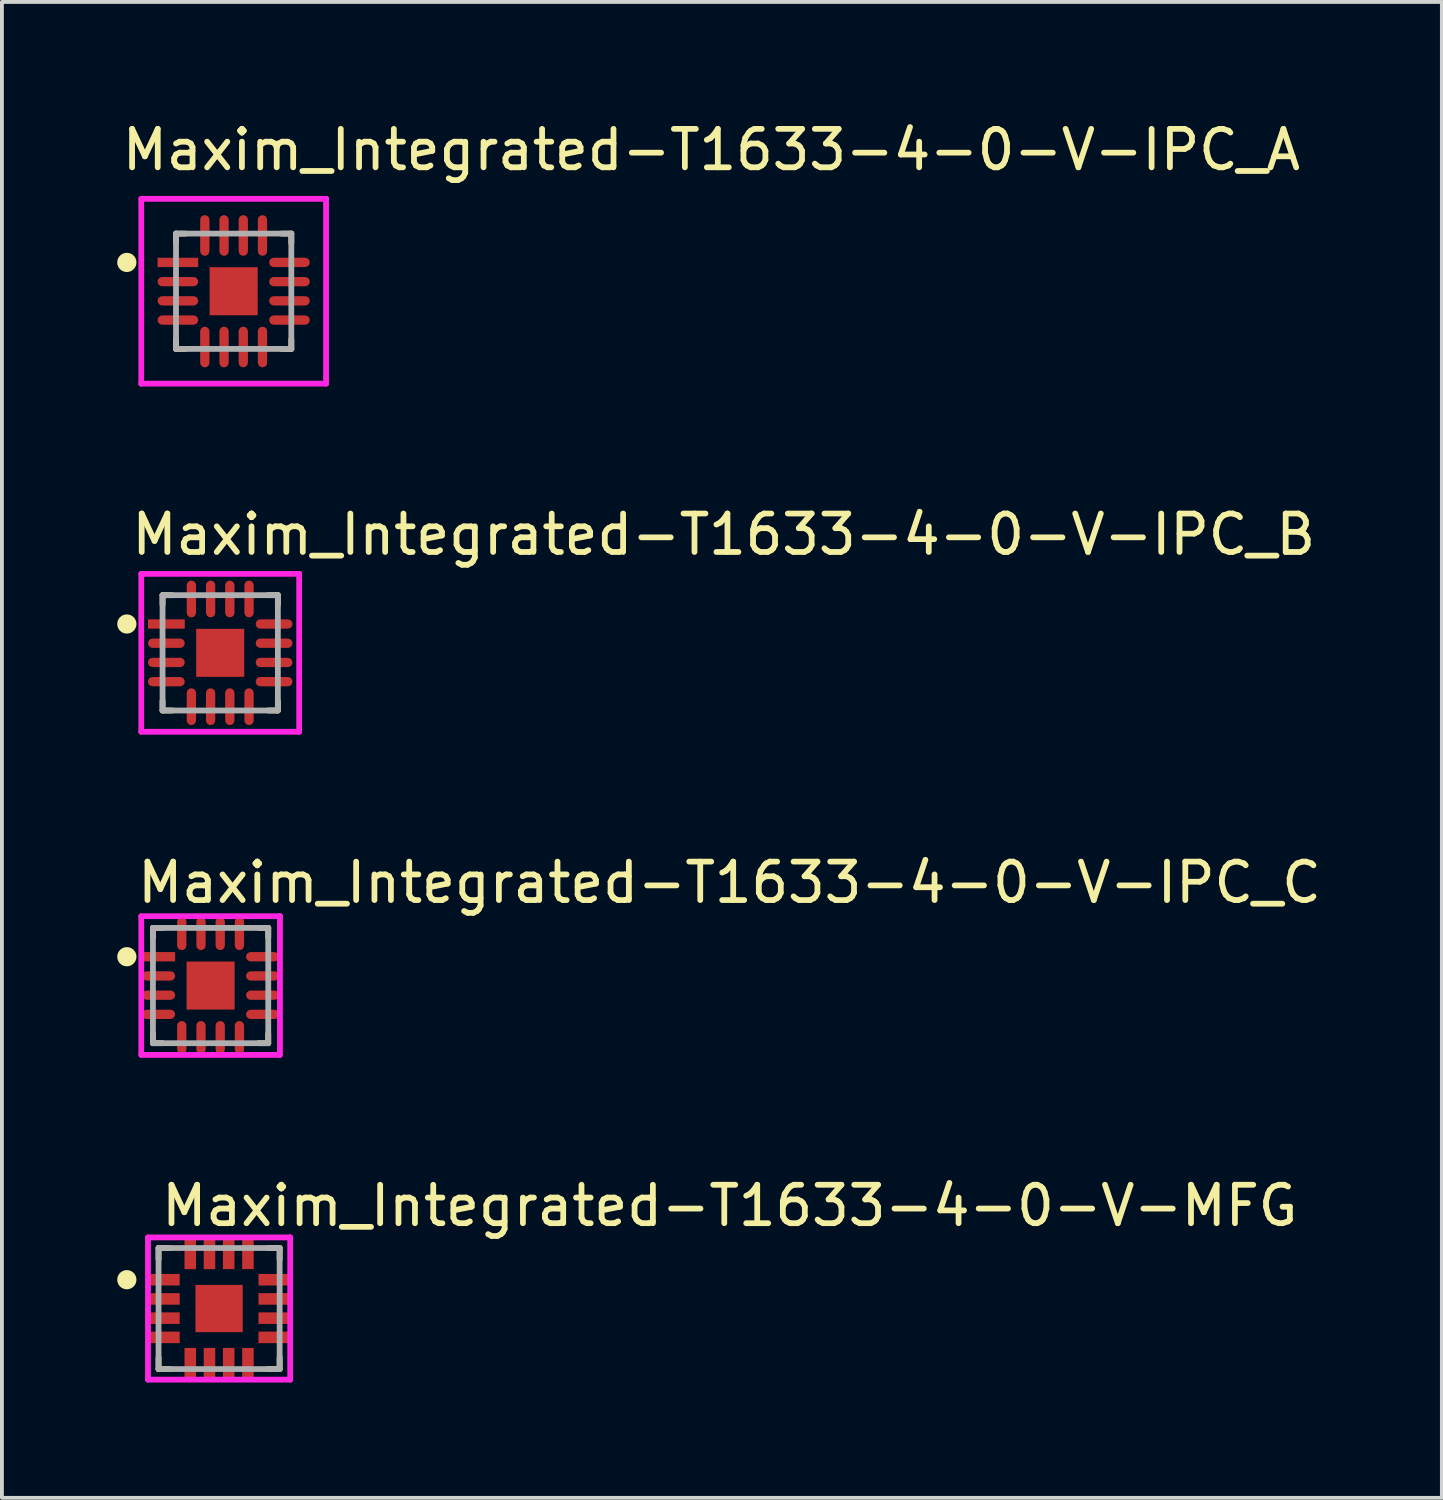
<source format=kicad_pcb>
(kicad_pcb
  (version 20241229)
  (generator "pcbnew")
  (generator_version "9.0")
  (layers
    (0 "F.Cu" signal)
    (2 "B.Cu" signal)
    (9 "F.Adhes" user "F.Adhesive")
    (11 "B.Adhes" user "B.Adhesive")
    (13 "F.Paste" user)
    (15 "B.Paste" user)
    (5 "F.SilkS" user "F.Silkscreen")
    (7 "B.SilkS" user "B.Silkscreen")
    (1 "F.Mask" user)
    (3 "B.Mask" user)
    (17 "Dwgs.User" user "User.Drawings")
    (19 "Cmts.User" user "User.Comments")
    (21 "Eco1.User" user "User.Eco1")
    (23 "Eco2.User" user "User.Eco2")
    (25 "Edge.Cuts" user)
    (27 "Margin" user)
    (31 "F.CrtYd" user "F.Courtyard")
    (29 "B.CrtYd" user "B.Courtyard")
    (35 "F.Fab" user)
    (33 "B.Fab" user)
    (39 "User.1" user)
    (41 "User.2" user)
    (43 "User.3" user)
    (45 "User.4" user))
  (footprint "Maxim_Integrated-T1633-4-0-V-IPC_C"
    (layer "F.Cu")
    (at 2.429 22.59)
    (property "Reference" "Maxim_Integrated-T1633-4-0-V-IPC_C" (at -1.979 -2.679 0) (layer "F.SilkS") (effects (font (size 1 1) (thickness 0.15)) (justify left)))
    (attr through_hole)
    (fp_line (start -1.5 -1.5) (end -1.5 -1.25) (stroke (width 0.15) (type solid)) (layer "F.SilkS"))
    (fp_line (start -1.5 1.5) (end -1.5 1.25) (stroke (width 0.15) (type solid)) (layer "F.SilkS"))
    (fp_line (start -1.25 -1.5) (end -1.5 -1.5) (stroke (width 0.15) (type solid)) (layer "F.SilkS"))
    (fp_line (start -1.25 1.5) (end -1.5 1.5) (stroke (width 0.15) (type solid)) (layer "F.SilkS"))
    (fp_line (start 1.25 -1.5) (end 1.5 -1.5) (stroke (width 0.15) (type solid)) (layer "F.SilkS"))
    (fp_line (start 1.25 1.5) (end 1.5 1.5) (stroke (width 0.15) (type solid)) (layer "F.SilkS"))
    (fp_line (start 1.5 -1.5) (end 1.5 -1.25) (stroke (width 0.15) (type solid)) (layer "F.SilkS"))
    (fp_line (start 1.5 1.5) (end 1.5 1.25) (stroke (width 0.15) (type solid)) (layer "F.SilkS"))
    (fp_circle (center -2.179 -0.75) (end -2.054 -0.75) (stroke (width 0.25) (type solid)) (fill no) (layer "F.SilkS"))
    (fp_poly (pts (xy -0.395 -0.395) (xy 0.395 -0.395) (xy 0.395 0.395) (xy -0.395 0.395)) (stroke (width 0) (type solid)) (fill yes) (layer "F.Paste"))
    (fp_line (start -1.804 -1.804) (end -1.804 1.804) (stroke (width 0.15) (type solid)) (layer "F.CrtYd"))
    (fp_line (start -1.804 1.804) (end 1.804 1.804) (stroke (width 0.15) (type solid)) (layer "F.CrtYd"))
    (fp_line (start 1.804 -1.804) (end -1.804 -1.804) (stroke (width 0.15) (type solid)) (layer "F.CrtYd"))
    (fp_line (start 1.804 -1.804) (end 1.804 -1.804) (stroke (width 0.15) (type solid)) (layer "F.CrtYd"))
    (fp_line (start 1.804 1.804) (end 1.804 -1.804) (stroke (width 0.15) (type solid)) (layer "F.CrtYd"))
    (fp_line (start -1.5 -1.5) (end 1.5 -1.5) (stroke (width 0.15) (type solid)) (layer "F.Fab"))
    (fp_line (start -1.5 1.5) (end -1.5 -1.5) (stroke (width 0.15) (type solid)) (layer "F.Fab"))
    (fp_line (start 1.5 -1.5) (end 1.5 1.5) (stroke (width 0.15) (type solid)) (layer "F.Fab"))
    (fp_line (start 1.5 1.5) (end -1.5 1.5) (stroke (width 0.15) (type solid)) (layer "F.Fab"))
    (pad "1" smd rect (at -1.351 -0.75) (size 0.857 0.242) (layers "F.Cu" "F.Mask" "F.Paste"))
    (pad "2" smd roundrect (at -1.351 -0.25) (size 0.857 0.242) (layers "F.Cu" "F.Mask" "F.Paste") (roundrect_rratio 0.5))
    (pad "3" smd roundrect (at -1.351 0.25) (size 0.857 0.242) (layers "F.Cu" "F.Mask" "F.Paste") (roundrect_rratio 0.5))
    (pad "4" smd roundrect (at -1.351 0.75) (size 0.857 0.242) (layers "F.Cu" "F.Mask" "F.Paste") (roundrect_rratio 0.5))
    (pad "5" smd roundrect (at -0.75 1.351) (size 0.242 0.857) (layers "F.Cu" "F.Mask" "F.Paste") (roundrect_rratio 0.5))
    (pad "6" smd roundrect (at -0.25 1.351) (size 0.242 0.857) (layers "F.Cu" "F.Mask" "F.Paste") (roundrect_rratio 0.5))
    (pad "7" smd roundrect (at 0.25 1.351) (size 0.242 0.857) (layers "F.Cu" "F.Mask" "F.Paste") (roundrect_rratio 0.5))
    (pad "8" smd roundrect (at 0.75 1.351) (size 0.242 0.857) (layers "F.Cu" "F.Mask" "F.Paste") (roundrect_rratio 0.5))
    (pad "9" smd roundrect (at 1.351 0.75) (size 0.857 0.242) (layers "F.Cu" "F.Mask" "F.Paste") (roundrect_rratio 0.5))
    (pad "10" smd roundrect (at 1.351 0.25) (size 0.857 0.242) (layers "F.Cu" "F.Mask" "F.Paste") (roundrect_rratio 0.5))
    (pad "11" smd roundrect (at 1.351 -0.25) (size 0.857 0.242) (layers "F.Cu" "F.Mask" "F.Paste") (roundrect_rratio 0.5))
    (pad "12" smd roundrect (at 1.351 -0.75) (size 0.857 0.242) (layers "F.Cu" "F.Mask" "F.Paste") (roundrect_rratio 0.5))
    (pad "13" smd roundrect (at 0.75 -1.351) (size 0.242 0.857) (layers "F.Cu" "F.Mask" "F.Paste") (roundrect_rratio 0.5))
    (pad "14" smd roundrect (at 0.25 -1.351) (size 0.242 0.857) (layers "F.Cu" "F.Mask" "F.Paste") (roundrect_rratio 0.5))
    (pad "15" smd roundrect (at -0.25 -1.351) (size 0.242 0.857) (layers "F.Cu" "F.Mask" "F.Paste") (roundrect_rratio 0.5))
    (pad "16" smd roundrect (at -0.75 -1.351) (size 0.242 0.857) (layers "F.Cu" "F.Mask" "F.Paste") (roundrect_rratio 0.5))
    (pad "17" smd rect (at 0 0) (size 1.25 1.25) (layers "F.Cu" "F.Mask")))
  (footprint "Maxim_Integrated-T1633-4-0-V-MFG"
    (layer "F.Cu")
    (at 2.65 30.993)
    (property "Reference" "Maxim_Integrated-T1633-4-0-V-MFG" (at -1.575 -2.675 0) (layer "F.SilkS") (effects (font (size 1 1) (thickness 0.15)) (justify left)))
    (attr through_hole)
    (fp_line (start -1.575 -1.575) (end -1.275 -1.575) (stroke (width 0.15) (type solid)) (layer "F.SilkS"))
    (fp_line (start -1.575 -1.275) (end -1.575 -1.575) (stroke (width 0.15) (type solid)) (layer "F.SilkS"))
    (fp_line (start -1.575 1.575) (end -1.575 1.275) (stroke (width 0.15) (type solid)) (layer "F.SilkS"))
    (fp_line (start -1.575 1.575) (end -1.275 1.575) (stroke (width 0.15) (type solid)) (layer "F.SilkS"))
    (fp_line (start 1.275 -1.575) (end 1.575 -1.575) (stroke (width 0.15) (type solid)) (layer "F.SilkS"))
    (fp_line (start 1.275 1.575) (end 1.575 1.575) (stroke (width 0.15) (type solid)) (layer "F.SilkS"))
    (fp_line (start 1.575 -1.275) (end 1.575 -1.575) (stroke (width 0.15) (type solid)) (layer "F.SilkS"))
    (fp_line (start 1.575 1.575) (end 1.575 1.275) (stroke (width 0.15) (type solid)) (layer "F.SilkS"))
    (fp_circle (center -2.4 -0.75) (end -2.275 -0.75) (stroke (width 0.25) (type solid)) (fill no) (layer "F.SilkS"))
    (fp_line (start -1.85 -1.85) (end -1.85 1.85) (stroke (width 0.15) (type solid)) (layer "F.CrtYd"))
    (fp_line (start -1.85 1.85) (end 1.85 1.85) (stroke (width 0.15) (type solid)) (layer "F.CrtYd"))
    (fp_line (start 1.85 -1.85) (end -1.85 -1.85) (stroke (width 0.15) (type solid)) (layer "F.CrtYd"))
    (fp_line (start 1.85 -1.85) (end 1.85 -1.85) (stroke (width 0.15) (type solid)) (layer "F.CrtYd"))
    (fp_line (start 1.85 1.85) (end 1.85 -1.85) (stroke (width 0.15) (type solid)) (layer "F.CrtYd"))
    (fp_line (start -1.575 -1.575) (end 1.575 -1.575) (stroke (width 0.15) (type solid)) (layer "F.Fab"))
    (fp_line (start -1.575 1.575) (end -1.575 -1.575) (stroke (width 0.15) (type solid)) (layer "F.Fab"))
    (fp_line (start 1.575 -1.575) (end 1.575 1.575) (stroke (width 0.15) (type solid)) (layer "F.Fab"))
    (fp_line (start 1.575 1.575) (end -1.575 1.575) (stroke (width 0.15) (type solid)) (layer "F.Fab"))
    (pad "1" smd rect (at -1.425 -0.75) (size 0.8 0.3) (layers "F.Cu" "F.Mask" "F.Paste"))
    (pad "2" smd rect (at -1.425 -0.25) (size 0.8 0.3) (layers "F.Cu" "F.Mask" "F.Paste"))
    (pad "3" smd rect (at -1.425 0.25) (size 0.8 0.3) (layers "F.Cu" "F.Mask" "F.Paste"))
    (pad "4" smd rect (at -1.425 0.75) (size 0.8 0.3) (layers "F.Cu" "F.Mask" "F.Paste"))
    (pad "5" smd rect (at -0.75 1.425) (size 0.3 0.8) (layers "F.Cu" "F.Mask" "F.Paste"))
    (pad "6" smd rect (at -0.25 1.425) (size 0.3 0.8) (layers "F.Cu" "F.Mask" "F.Paste"))
    (pad "7" smd rect (at 0.25 1.425) (size 0.3 0.8) (layers "F.Cu" "F.Mask" "F.Paste"))
    (pad "8" smd rect (at 0.75 1.425) (size 0.3 0.8) (layers "F.Cu" "F.Mask" "F.Paste"))
    (pad "9" smd rect (at 1.425 0.75) (size 0.8 0.3) (layers "F.Cu" "F.Mask" "F.Paste"))
    (pad "10" smd rect (at 1.425 0.25) (size 0.8 0.3) (layers "F.Cu" "F.Mask" "F.Paste"))
    (pad "11" smd rect (at 1.425 -0.25) (size 0.8 0.3) (layers "F.Cu" "F.Mask" "F.Paste"))
    (pad "12" smd rect (at 1.425 -0.75) (size 0.8 0.3) (layers "F.Cu" "F.Mask" "F.Paste"))
    (pad "13" smd rect (at 0.75 -1.425) (size 0.3 0.8) (layers "F.Cu" "F.Mask" "F.Paste"))
    (pad "14" smd rect (at 0.25 -1.425) (size 0.3 0.8) (layers "F.Cu" "F.Mask" "F.Paste"))
    (pad "15" smd rect (at -0.25 -1.425) (size 0.3 0.8) (layers "F.Cu" "F.Mask" "F.Paste"))
    (pad "16" smd rect (at -0.75 -1.425) (size 0.3 0.8) (layers "F.Cu" "F.Mask" "F.Paste"))
    (pad "17" smd rect (at 0 0) (size 1.23 1.23) (layers "F.Cu" "F.Mask" "F.Paste")))
  (footprint "Maxim_Integrated-T1633-4-0-V-IPC_B"
    (layer "F.Cu")
    (at 2.679 13.934)
    (property "Reference" "Maxim_Integrated-T1633-4-0-V-IPC_B" (at -2.379 -3.079 0) (layer "F.SilkS") (effects (font (size 1 1) (thickness 0.15)) (justify left)))
    (attr through_hole)
    (fp_line (start -1.5 -1.5) (end -1.5 -1.25) (stroke (width 0.15) (type solid)) (layer "F.SilkS"))
    (fp_line (start -1.5 1.5) (end -1.5 1.25) (stroke (width 0.15) (type solid)) (layer "F.SilkS"))
    (fp_line (start -1.25 -1.5) (end -1.5 -1.5) (stroke (width 0.15) (type solid)) (layer "F.SilkS"))
    (fp_line (start -1.25 1.5) (end -1.5 1.5) (stroke (width 0.15) (type solid)) (layer "F.SilkS"))
    (fp_line (start 1.25 -1.5) (end 1.5 -1.5) (stroke (width 0.15) (type solid)) (layer "F.SilkS"))
    (fp_line (start 1.25 1.5) (end 1.5 1.5) (stroke (width 0.15) (type solid)) (layer "F.SilkS"))
    (fp_line (start 1.5 -1.5) (end 1.5 -1.25) (stroke (width 0.15) (type solid)) (layer "F.SilkS"))
    (fp_line (start 1.5 1.5) (end 1.5 1.25) (stroke (width 0.15) (type solid)) (layer "F.SilkS"))
    (fp_circle (center -2.429 -0.75) (end -2.304 -0.75) (stroke (width 0.25) (type solid)) (fill no) (layer "F.SilkS"))
    (fp_poly (pts (xy -0.395 -0.395) (xy 0.395 -0.395) (xy 0.395 0.395) (xy -0.395 0.395)) (stroke (width 0) (type solid)) (fill yes) (layer "F.Paste"))
    (fp_line (start -2.054 -2.054) (end -2.054 2.054) (stroke (width 0.15) (type solid)) (layer "F.CrtYd"))
    (fp_line (start -2.054 2.054) (end 2.054 2.054) (stroke (width 0.15) (type solid)) (layer "F.CrtYd"))
    (fp_line (start 2.054 -2.054) (end -2.054 -2.054) (stroke (width 0.15) (type solid)) (layer "F.CrtYd"))
    (fp_line (start 2.054 -2.054) (end 2.054 -2.054) (stroke (width 0.15) (type solid)) (layer "F.CrtYd"))
    (fp_line (start 2.054 2.054) (end 2.054 -2.054) (stroke (width 0.15) (type solid)) (layer "F.CrtYd"))
    (fp_line (start -1.5 -1.5) (end 1.5 -1.5) (stroke (width 0.15) (type solid)) (layer "F.Fab"))
    (fp_line (start -1.5 1.5) (end -1.5 -1.5) (stroke (width 0.15) (type solid)) (layer "F.Fab"))
    (fp_line (start 1.5 -1.5) (end 1.5 1.5) (stroke (width 0.15) (type solid)) (layer "F.Fab"))
    (fp_line (start 1.5 1.5) (end -1.5 1.5) (stroke (width 0.15) (type solid)) (layer "F.Fab"))
    (pad "1" smd rect (at -1.401 -0.75) (size 0.957 0.242) (layers "F.Cu" "F.Mask" "F.Paste"))
    (pad "2" smd roundrect (at -1.401 -0.25) (size 0.957 0.242) (layers "F.Cu" "F.Mask" "F.Paste") (roundrect_rratio 0.5))
    (pad "3" smd roundrect (at -1.401 0.25) (size 0.957 0.242) (layers "F.Cu" "F.Mask" "F.Paste") (roundrect_rratio 0.5))
    (pad "4" smd roundrect (at -1.401 0.75) (size 0.957 0.242) (layers "F.Cu" "F.Mask" "F.Paste") (roundrect_rratio 0.5))
    (pad "5" smd roundrect (at -0.75 1.401) (size 0.242 0.957) (layers "F.Cu" "F.Mask" "F.Paste") (roundrect_rratio 0.5))
    (pad "6" smd roundrect (at -0.25 1.401) (size 0.242 0.957) (layers "F.Cu" "F.Mask" "F.Paste") (roundrect_rratio 0.5))
    (pad "7" smd roundrect (at 0.25 1.401) (size 0.242 0.957) (layers "F.Cu" "F.Mask" "F.Paste") (roundrect_rratio 0.5))
    (pad "8" smd roundrect (at 0.75 1.401) (size 0.242 0.957) (layers "F.Cu" "F.Mask" "F.Paste") (roundrect_rratio 0.5))
    (pad "9" smd roundrect (at 1.401 0.75) (size 0.957 0.242) (layers "F.Cu" "F.Mask" "F.Paste") (roundrect_rratio 0.5))
    (pad "10" smd roundrect (at 1.401 0.25) (size 0.957 0.242) (layers "F.Cu" "F.Mask" "F.Paste") (roundrect_rratio 0.5))
    (pad "11" smd roundrect (at 1.401 -0.25) (size 0.957 0.242) (layers "F.Cu" "F.Mask" "F.Paste") (roundrect_rratio 0.5))
    (pad "12" smd roundrect (at 1.401 -0.75) (size 0.957 0.242) (layers "F.Cu" "F.Mask" "F.Paste") (roundrect_rratio 0.5))
    (pad "13" smd roundrect (at 0.75 -1.401) (size 0.242 0.957) (layers "F.Cu" "F.Mask" "F.Paste") (roundrect_rratio 0.5))
    (pad "14" smd roundrect (at 0.25 -1.401) (size 0.242 0.957) (layers "F.Cu" "F.Mask" "F.Paste") (roundrect_rratio 0.5))
    (pad "15" smd roundrect (at -0.25 -1.401) (size 0.242 0.957) (layers "F.Cu" "F.Mask" "F.Paste") (roundrect_rratio 0.5))
    (pad "16" smd roundrect (at -0.75 -1.401) (size 0.242 0.957) (layers "F.Cu" "F.Mask" "F.Paste") (roundrect_rratio 0.5))
    (pad "17" smd rect (at 0 0) (size 1.25 1.25) (layers "F.Cu" "F.Mask")))
  (footprint "Maxim_Integrated-T1633-4-0-V-IPC_A"
    (layer "F.Cu")
    (at 3.029 4.527)
    (property "Reference" "Maxim_Integrated-T1633-4-0-V-IPC_A" (at -2.979 -3.679 0) (layer "F.SilkS") (effects (font (size 1 1) (thickness 0.15)) (justify left)))
    (attr through_hole)
    (fp_line (start -1.5 -1.5) (end -1.5 -1.25) (stroke (width 0.15) (type solid)) (layer "F.SilkS"))
    (fp_line (start -1.5 1.5) (end -1.5 1.25) (stroke (width 0.15) (type solid)) (layer "F.SilkS"))
    (fp_line (start -1.25 -1.5) (end -1.5 -1.5) (stroke (width 0.15) (type solid)) (layer "F.SilkS"))
    (fp_line (start -1.25 1.5) (end -1.5 1.5) (stroke (width 0.15) (type solid)) (layer "F.SilkS"))
    (fp_line (start 1.25 -1.5) (end 1.5 -1.5) (stroke (width 0.15) (type solid)) (layer "F.SilkS"))
    (fp_line (start 1.25 1.5) (end 1.5 1.5) (stroke (width 0.15) (type solid)) (layer "F.SilkS"))
    (fp_line (start 1.5 -1.5) (end 1.5 -1.25) (stroke (width 0.15) (type solid)) (layer "F.SilkS"))
    (fp_line (start 1.5 1.5) (end 1.5 1.25) (stroke (width 0.15) (type solid)) (layer "F.SilkS"))
    (fp_circle (center -2.779 -0.75) (end -2.654 -0.75) (stroke (width 0.25) (type solid)) (fill no) (layer "F.SilkS"))
    (fp_poly (pts (xy -0.395 -0.395) (xy 0.395 -0.395) (xy 0.395 0.395) (xy -0.395 0.395)) (stroke (width 0) (type solid)) (fill yes) (layer "F.Paste"))
    (fp_line (start -2.404 -2.404) (end -2.404 2.404) (stroke (width 0.15) (type solid)) (layer "F.CrtYd"))
    (fp_line (start -2.404 2.404) (end 2.404 2.404) (stroke (width 0.15) (type solid)) (layer "F.CrtYd"))
    (fp_line (start 2.404 -2.404) (end -2.404 -2.404) (stroke (width 0.15) (type solid)) (layer "F.CrtYd"))
    (fp_line (start 2.404 -2.404) (end 2.404 -2.404) (stroke (width 0.15) (type solid)) (layer "F.CrtYd"))
    (fp_line (start 2.404 2.404) (end 2.404 -2.404) (stroke (width 0.15) (type solid)) (layer "F.CrtYd"))
    (fp_line (start -1.5 -1.5) (end 1.5 -1.5) (stroke (width 0.15) (type solid)) (layer "F.Fab"))
    (fp_line (start -1.5 1.5) (end -1.5 -1.5) (stroke (width 0.15) (type solid)) (layer "F.Fab"))
    (fp_line (start 1.5 -1.5) (end 1.5 1.5) (stroke (width 0.15) (type solid)) (layer "F.Fab"))
    (fp_line (start 1.5 1.5) (end -1.5 1.5) (stroke (width 0.15) (type solid)) (layer "F.Fab"))
    (pad "1" smd rect (at -1.451 -0.75) (size 1.057 0.242) (layers "F.Cu" "F.Mask" "F.Paste"))
    (pad "2" smd roundrect (at -1.451 -0.25) (size 1.057 0.242) (layers "F.Cu" "F.Mask" "F.Paste") (roundrect_rratio 0.5))
    (pad "3" smd roundrect (at -1.451 0.25) (size 1.057 0.242) (layers "F.Cu" "F.Mask" "F.Paste") (roundrect_rratio 0.5))
    (pad "4" smd roundrect (at -1.451 0.75) (size 1.057 0.242) (layers "F.Cu" "F.Mask" "F.Paste") (roundrect_rratio 0.5))
    (pad "5" smd roundrect (at -0.75 1.451) (size 0.242 1.057) (layers "F.Cu" "F.Mask" "F.Paste") (roundrect_rratio 0.5))
    (pad "6" smd roundrect (at -0.25 1.451) (size 0.242 1.057) (layers "F.Cu" "F.Mask" "F.Paste") (roundrect_rratio 0.5))
    (pad "7" smd roundrect (at 0.25 1.451) (size 0.242 1.057) (layers "F.Cu" "F.Mask" "F.Paste") (roundrect_rratio 0.5))
    (pad "8" smd roundrect (at 0.75 1.451) (size 0.242 1.057) (layers "F.Cu" "F.Mask" "F.Paste") (roundrect_rratio 0.5))
    (pad "9" smd roundrect (at 1.451 0.75) (size 1.057 0.242) (layers "F.Cu" "F.Mask" "F.Paste") (roundrect_rratio 0.5))
    (pad "10" smd roundrect (at 1.451 0.25) (size 1.057 0.242) (layers "F.Cu" "F.Mask" "F.Paste") (roundrect_rratio 0.5))
    (pad "11" smd roundrect (at 1.451 -0.25) (size 1.057 0.242) (layers "F.Cu" "F.Mask" "F.Paste") (roundrect_rratio 0.5))
    (pad "12" smd roundrect (at 1.451 -0.75) (size 1.057 0.242) (layers "F.Cu" "F.Mask" "F.Paste") (roundrect_rratio 0.5))
    (pad "13" smd roundrect (at 0.75 -1.451) (size 0.242 1.057) (layers "F.Cu" "F.Mask" "F.Paste") (roundrect_rratio 0.5))
    (pad "14" smd roundrect (at 0.25 -1.451) (size 0.242 1.057) (layers "F.Cu" "F.Mask" "F.Paste") (roundrect_rratio 0.5))
    (pad "15" smd roundrect (at -0.25 -1.451) (size 0.242 1.057) (layers "F.Cu" "F.Mask" "F.Paste") (roundrect_rratio 0.5))
    (pad "16" smd roundrect (at -0.75 -1.451) (size 0.242 1.057) (layers "F.Cu" "F.Mask" "F.Paste") (roundrect_rratio 0.5))
    (pad "17" smd rect (at 0 0) (size 1.25 1.25) (layers "F.Cu" "F.Mask")))
  (gr_rect
    (start -3 -3)
    (end 34.462 35.918)
    (stroke (width 0.1) (type default))
    (fill no)
    (layer "Edge.Cuts")))
</source>
